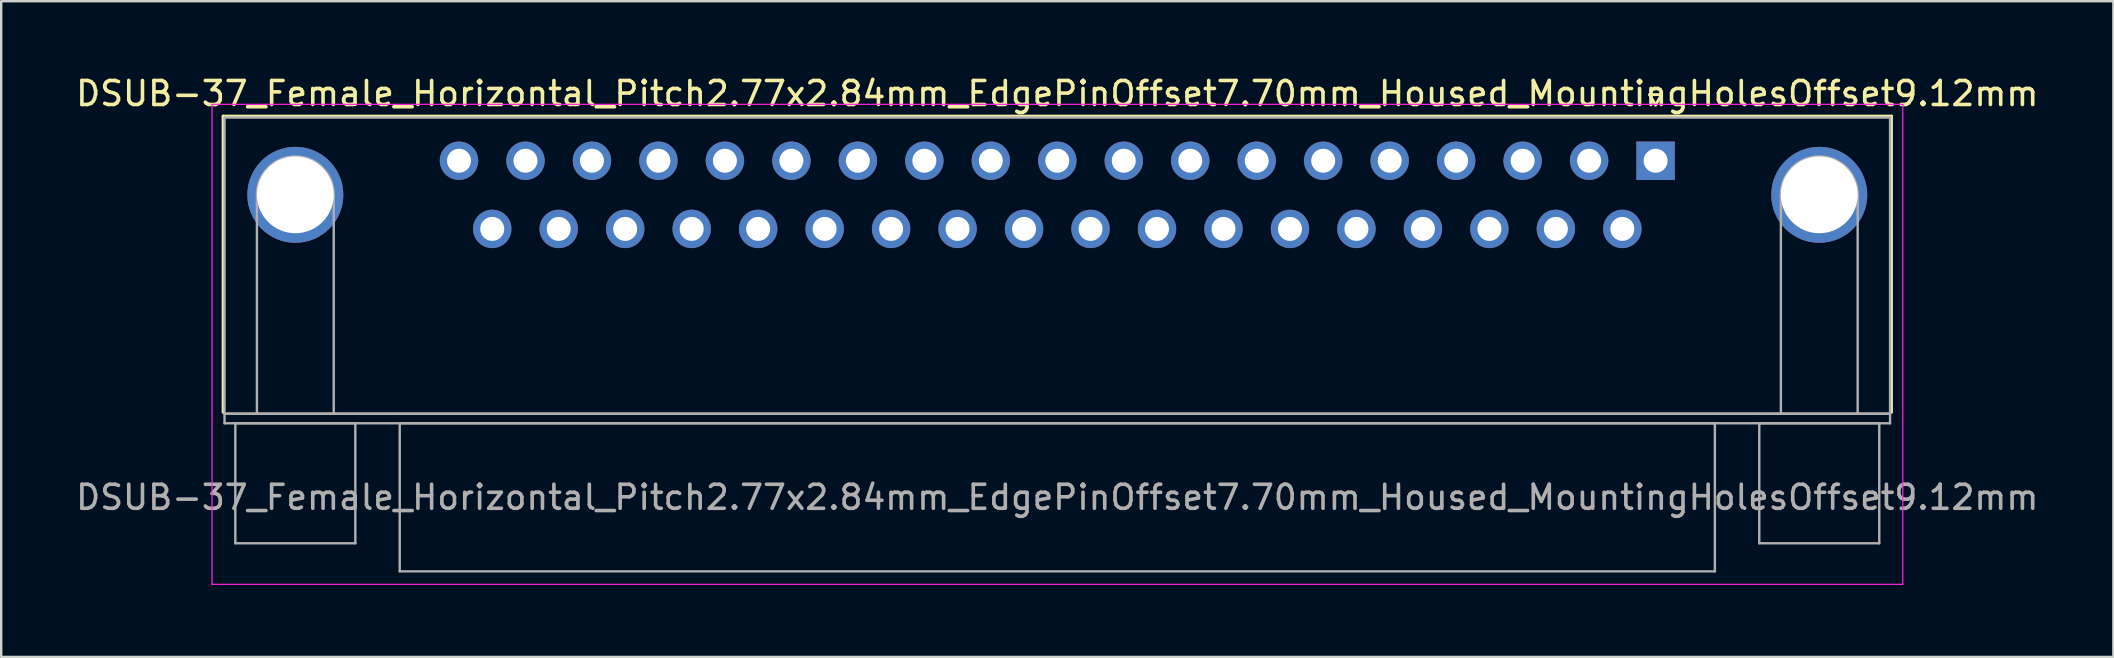
<source format=kicad_pcb>
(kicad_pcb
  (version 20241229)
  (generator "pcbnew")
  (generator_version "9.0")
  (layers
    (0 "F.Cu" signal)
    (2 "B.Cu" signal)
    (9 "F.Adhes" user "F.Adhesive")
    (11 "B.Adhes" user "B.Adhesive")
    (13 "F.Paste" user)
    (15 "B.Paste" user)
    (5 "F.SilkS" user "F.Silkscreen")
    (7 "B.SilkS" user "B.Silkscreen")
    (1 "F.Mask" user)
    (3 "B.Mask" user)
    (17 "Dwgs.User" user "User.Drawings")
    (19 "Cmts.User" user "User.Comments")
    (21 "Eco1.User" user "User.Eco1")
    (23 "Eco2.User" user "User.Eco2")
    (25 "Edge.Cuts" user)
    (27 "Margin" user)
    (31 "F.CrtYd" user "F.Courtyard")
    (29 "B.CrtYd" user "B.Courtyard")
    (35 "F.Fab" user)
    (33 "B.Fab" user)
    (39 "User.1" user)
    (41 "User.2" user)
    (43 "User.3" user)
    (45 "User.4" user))
  (footprint "DSUB-37_Female_Horizontal_Pitch2.77x2.84mm_EdgePinOffset7.70mm_Housed_MountingHolesOffset9.12mm"
    (layer "F.Cu")
    (at 65.936 3.648)
    (property "Reference" "DSUB-37_Female_Horizontal_Pitch2.77x2.84mm_EdgePinOffset7.70mm_Housed_MountingHolesOffset9.12mm" (at -24.93 -2.8 0) (layer "F.SilkS") (effects (font (size 1 1) (thickness 0.15))))
    (attr through_hole)
    (fp_line (start -59.69 -1.86) (end 9.83 -1.86) (stroke (width 0.12) (type solid)) (layer "F.SilkS"))
    (fp_line (start -59.69 10.48) (end -59.69 -1.86) (stroke (width 0.12) (type solid)) (layer "F.SilkS"))
    (fp_line (start -0.25 -2.754) (end 0.25 -2.754) (stroke (width 0.12) (type solid)) (layer "F.SilkS"))
    (fp_line (start 0 -2.321) (end -0.25 -2.754) (stroke (width 0.12) (type solid)) (layer "F.SilkS"))
    (fp_line (start 0.25 -2.754) (end 0 -2.321) (stroke (width 0.12) (type solid)) (layer "F.SilkS"))
    (fp_line (start 9.83 -1.86) (end 9.83 10.48) (stroke (width 0.12) (type solid)) (layer "F.SilkS"))
    (fp_line (start -60.15 -2.35) (end -60.15 17.65) (stroke (width 0.05) (type solid)) (layer "F.CrtYd"))
    (fp_line (start -60.15 17.65) (end 10.3 17.65) (stroke (width 0.05) (type solid)) (layer "F.CrtYd"))
    (fp_line (start 10.3 -2.35) (end -60.15 -2.35) (stroke (width 0.05) (type solid)) (layer "F.CrtYd"))
    (fp_line (start 10.3 17.65) (end 10.3 -2.35) (stroke (width 0.05) (type solid)) (layer "F.CrtYd"))
    (fp_line (start -59.63 -1.8) (end -59.63 10.54) (stroke (width 0.1) (type solid)) (layer "F.Fab"))
    (fp_line (start -59.63 10.54) (end -59.63 10.94) (stroke (width 0.1) (type solid)) (layer "F.Fab"))
    (fp_line (start -59.63 10.54) (end 9.77 10.54) (stroke (width 0.1) (type solid)) (layer "F.Fab"))
    (fp_line (start -59.63 10.94) (end 9.77 10.94) (stroke (width 0.1) (type solid)) (layer "F.Fab"))
    (fp_line (start -59.18 10.94) (end -59.18 15.94) (stroke (width 0.1) (type solid)) (layer "F.Fab"))
    (fp_line (start -59.18 15.94) (end -54.18 15.94) (stroke (width 0.1) (type solid)) (layer "F.Fab"))
    (fp_line (start -58.28 10.54) (end -58.28 1.42) (stroke (width 0.1) (type solid)) (layer "F.Fab"))
    (fp_line (start -55.08 10.54) (end -55.08 1.42) (stroke (width 0.1) (type solid)) (layer "F.Fab"))
    (fp_line (start -54.18 10.94) (end -59.18 10.94) (stroke (width 0.1) (type solid)) (layer "F.Fab"))
    (fp_line (start -54.18 15.94) (end -54.18 10.94) (stroke (width 0.1) (type solid)) (layer "F.Fab"))
    (fp_line (start -52.33 10.94) (end -52.33 17.11) (stroke (width 0.1) (type solid)) (layer "F.Fab"))
    (fp_line (start -52.33 17.11) (end 2.47 17.11) (stroke (width 0.1) (type solid)) (layer "F.Fab"))
    (fp_line (start 2.47 10.94) (end -52.33 10.94) (stroke (width 0.1) (type solid)) (layer "F.Fab"))
    (fp_line (start 2.47 17.11) (end 2.47 10.94) (stroke (width 0.1) (type solid)) (layer "F.Fab"))
    (fp_line (start 4.32 10.94) (end 4.32 15.94) (stroke (width 0.1) (type solid)) (layer "F.Fab"))
    (fp_line (start 4.32 15.94) (end 9.32 15.94) (stroke (width 0.1) (type solid)) (layer "F.Fab"))
    (fp_line (start 5.22 10.54) (end 5.22 1.42) (stroke (width 0.1) (type solid)) (layer "F.Fab"))
    (fp_line (start 8.42 10.54) (end 8.42 1.42) (stroke (width 0.1) (type solid)) (layer "F.Fab"))
    (fp_line (start 9.32 10.94) (end 4.32 10.94) (stroke (width 0.1) (type solid)) (layer "F.Fab"))
    (fp_line (start 9.32 15.94) (end 9.32 10.94) (stroke (width 0.1) (type solid)) (layer "F.Fab"))
    (fp_line (start 9.77 -1.8) (end -59.63 -1.8) (stroke (width 0.1) (type solid)) (layer "F.Fab"))
    (fp_line (start 9.77 10.54) (end -59.63 10.54) (stroke (width 0.1) (type solid)) (layer "F.Fab"))
    (fp_line (start 9.77 10.54) (end 9.77 -1.8) (stroke (width 0.1) (type solid)) (layer "F.Fab"))
    (fp_line (start 9.77 10.94) (end 9.77 10.54) (stroke (width 0.1) (type solid)) (layer "F.Fab"))
    (fp_arc (start -58.28 1.42) (mid -56.68 -0.18) (end -55.08 1.42) (stroke (width 0.1) (type solid)) (layer "F.Fab"))
    (fp_arc (start 5.22 1.42) (mid 6.82 -0.18) (end 8.42 1.42) (stroke (width 0.1) (type solid)) (layer "F.Fab"))
    (fp_text user "${REFERENCE}" (at -24.93 14.025 0) (layer "F.Fab") (effects (font (size 1 1) (thickness 0.15))))
    (pad "0" thru_hole circle (at -56.68 1.42) (size 4 4) (drill 3.2) (layers "*.Cu" "*.Mask"))
    (pad "0" thru_hole circle (at 6.82 1.42) (size 4 4) (drill 3.2) (layers "*.Cu" "*.Mask"))
    (pad "1" thru_hole rect (at 0 0) (size 1.6 1.6) (drill 1) (layers "*.Cu" "*.Mask"))
    (pad "2" thru_hole circle (at -2.77 0) (size 1.6 1.6) (drill 1) (layers "*.Cu" "*.Mask"))
    (pad "3" thru_hole circle (at -5.54 0) (size 1.6 1.6) (drill 1) (layers "*.Cu" "*.Mask"))
    (pad "4" thru_hole circle (at -8.31 0) (size 1.6 1.6) (drill 1) (layers "*.Cu" "*.Mask"))
    (pad "5" thru_hole circle (at -11.08 0) (size 1.6 1.6) (drill 1) (layers "*.Cu" "*.Mask"))
    (pad "6" thru_hole circle (at -13.85 0) (size 1.6 1.6) (drill 1) (layers "*.Cu" "*.Mask"))
    (pad "7" thru_hole circle (at -16.62 0) (size 1.6 1.6) (drill 1) (layers "*.Cu" "*.Mask"))
    (pad "8" thru_hole circle (at -19.39 0) (size 1.6 1.6) (drill 1) (layers "*.Cu" "*.Mask"))
    (pad "9" thru_hole circle (at -22.16 0) (size 1.6 1.6) (drill 1) (layers "*.Cu" "*.Mask"))
    (pad "10" thru_hole circle (at -24.93 0) (size 1.6 1.6) (drill 1) (layers "*.Cu" "*.Mask"))
    (pad "11" thru_hole circle (at -27.7 0) (size 1.6 1.6) (drill 1) (layers "*.Cu" "*.Mask"))
    (pad "12" thru_hole circle (at -30.47 0) (size 1.6 1.6) (drill 1) (layers "*.Cu" "*.Mask"))
    (pad "13" thru_hole circle (at -33.24 0) (size 1.6 1.6) (drill 1) (layers "*.Cu" "*.Mask"))
    (pad "14" thru_hole circle (at -36.01 0) (size 1.6 1.6) (drill 1) (layers "*.Cu" "*.Mask"))
    (pad "15" thru_hole circle (at -38.78 0) (size 1.6 1.6) (drill 1) (layers "*.Cu" "*.Mask"))
    (pad "16" thru_hole circle (at -41.55 0) (size 1.6 1.6) (drill 1) (layers "*.Cu" "*.Mask"))
    (pad "17" thru_hole circle (at -44.32 0) (size 1.6 1.6) (drill 1) (layers "*.Cu" "*.Mask"))
    (pad "18" thru_hole circle (at -47.09 0) (size 1.6 1.6) (drill 1) (layers "*.Cu" "*.Mask"))
    (pad "19" thru_hole circle (at -49.86 0) (size 1.6 1.6) (drill 1) (layers "*.Cu" "*.Mask"))
    (pad "20" thru_hole circle (at -1.385 2.84) (size 1.6 1.6) (drill 1) (layers "*.Cu" "*.Mask"))
    (pad "21" thru_hole circle (at -4.155 2.84) (size 1.6 1.6) (drill 1) (layers "*.Cu" "*.Mask"))
    (pad "22" thru_hole circle (at -6.925 2.84) (size 1.6 1.6) (drill 1) (layers "*.Cu" "*.Mask"))
    (pad "23" thru_hole circle (at -9.695 2.84) (size 1.6 1.6) (drill 1) (layers "*.Cu" "*.Mask"))
    (pad "24" thru_hole circle (at -12.465 2.84) (size 1.6 1.6) (drill 1) (layers "*.Cu" "*.Mask"))
    (pad "25" thru_hole circle (at -15.235 2.84) (size 1.6 1.6) (drill 1) (layers "*.Cu" "*.Mask"))
    (pad "26" thru_hole circle (at -18.005 2.84) (size 1.6 1.6) (drill 1) (layers "*.Cu" "*.Mask"))
    (pad "27" thru_hole circle (at -20.775 2.84) (size 1.6 1.6) (drill 1) (layers "*.Cu" "*.Mask"))
    (pad "28" thru_hole circle (at -23.545 2.84) (size 1.6 1.6) (drill 1) (layers "*.Cu" "*.Mask"))
    (pad "29" thru_hole circle (at -26.315 2.84) (size 1.6 1.6) (drill 1) (layers "*.Cu" "*.Mask"))
    (pad "30" thru_hole circle (at -29.085 2.84) (size 1.6 1.6) (drill 1) (layers "*.Cu" "*.Mask"))
    (pad "31" thru_hole circle (at -31.855 2.84) (size 1.6 1.6) (drill 1) (layers "*.Cu" "*.Mask"))
    (pad "32" thru_hole circle (at -34.625 2.84) (size 1.6 1.6) (drill 1) (layers "*.Cu" "*.Mask"))
    (pad "33" thru_hole circle (at -37.395 2.84) (size 1.6 1.6) (drill 1) (layers "*.Cu" "*.Mask"))
    (pad "34" thru_hole circle (at -40.165 2.84) (size 1.6 1.6) (drill 1) (layers "*.Cu" "*.Mask"))
    (pad "35" thru_hole circle (at -42.935 2.84) (size 1.6 1.6) (drill 1) (layers "*.Cu" "*.Mask"))
    (pad "36" thru_hole circle (at -45.705 2.84) (size 1.6 1.6) (drill 1) (layers "*.Cu" "*.Mask"))
    (pad "37" thru_hole circle (at -48.475 2.84) (size 1.6 1.6) (drill 1) (layers "*.Cu" "*.Mask")))
  (gr_rect
    (start -3 -3)
    (end 85.012 24.323)
    (stroke (width 0.1) (type default))
    (fill no)
    (layer "Edge.Cuts")))
</source>
